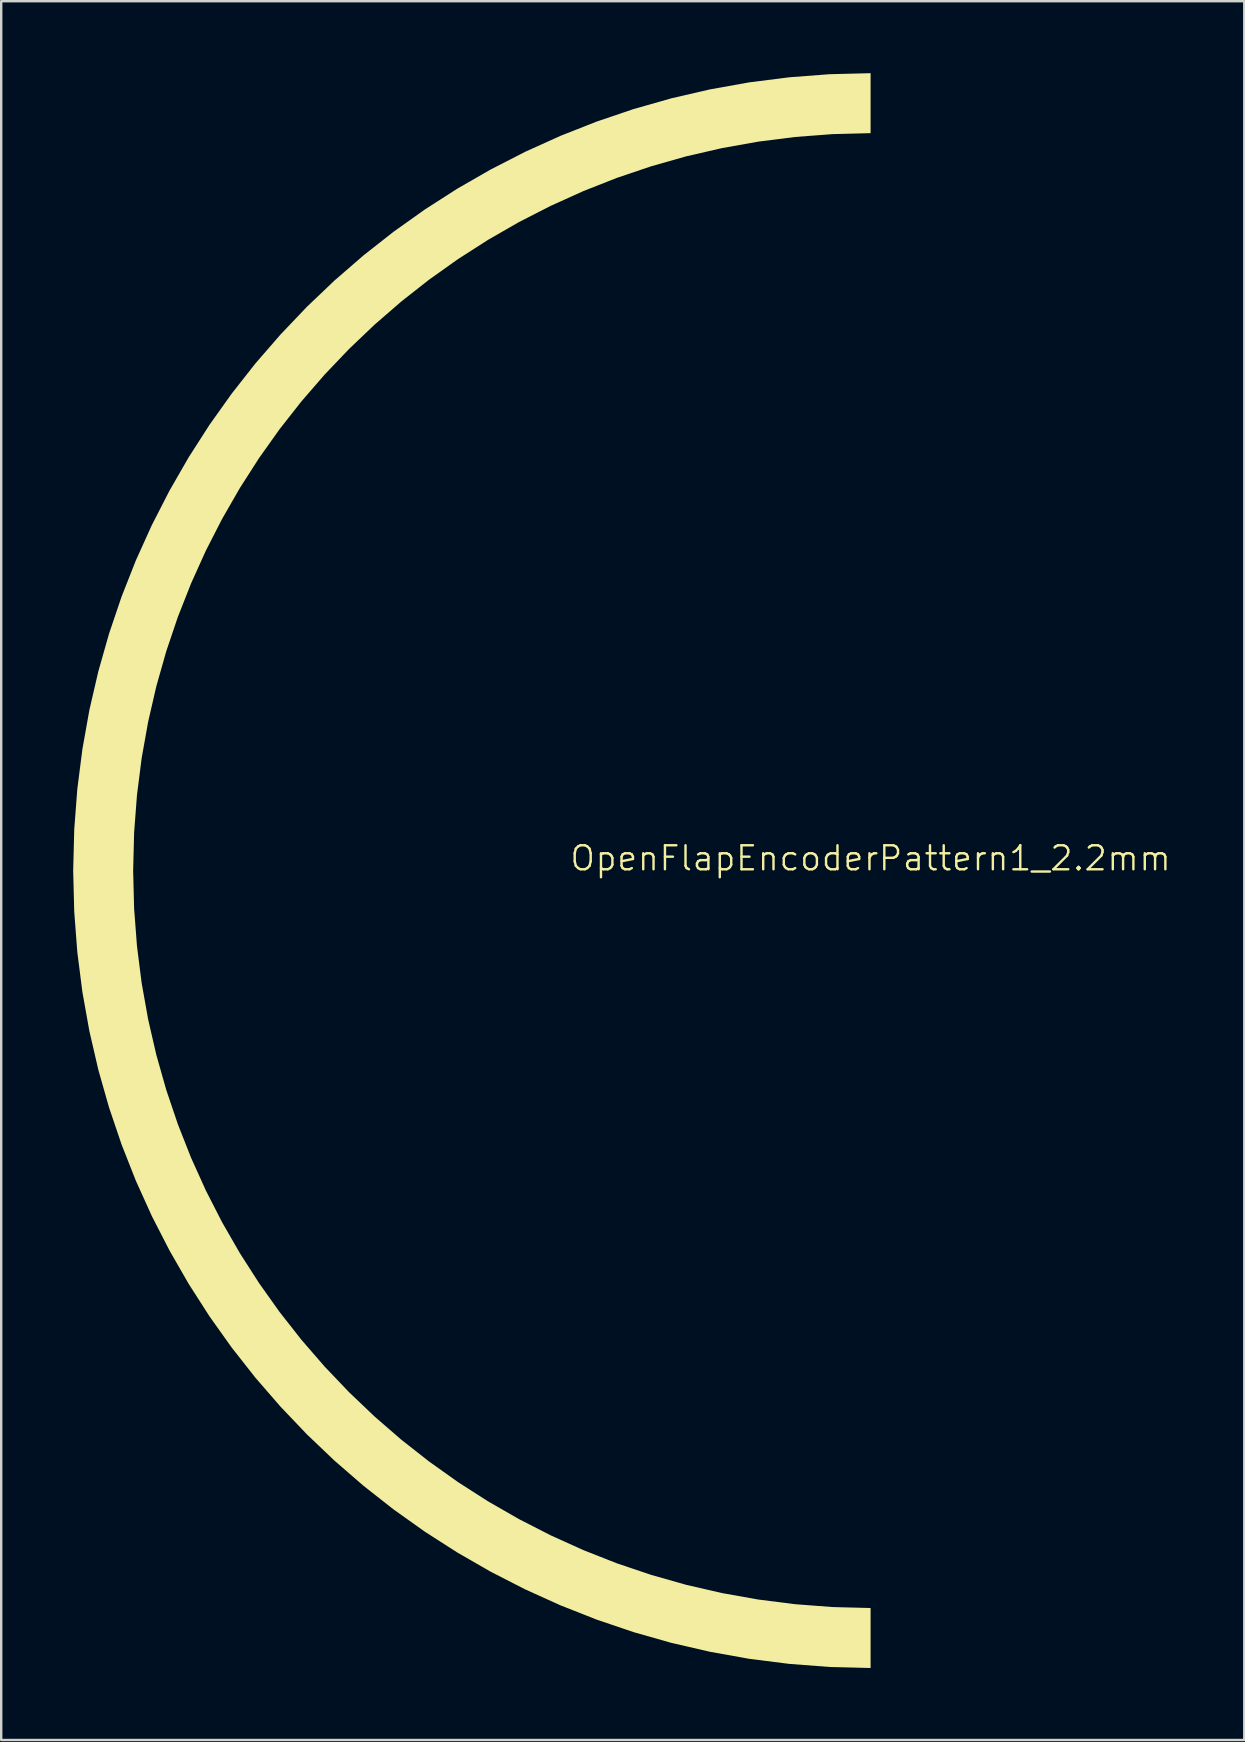
<source format=kicad_pcb>
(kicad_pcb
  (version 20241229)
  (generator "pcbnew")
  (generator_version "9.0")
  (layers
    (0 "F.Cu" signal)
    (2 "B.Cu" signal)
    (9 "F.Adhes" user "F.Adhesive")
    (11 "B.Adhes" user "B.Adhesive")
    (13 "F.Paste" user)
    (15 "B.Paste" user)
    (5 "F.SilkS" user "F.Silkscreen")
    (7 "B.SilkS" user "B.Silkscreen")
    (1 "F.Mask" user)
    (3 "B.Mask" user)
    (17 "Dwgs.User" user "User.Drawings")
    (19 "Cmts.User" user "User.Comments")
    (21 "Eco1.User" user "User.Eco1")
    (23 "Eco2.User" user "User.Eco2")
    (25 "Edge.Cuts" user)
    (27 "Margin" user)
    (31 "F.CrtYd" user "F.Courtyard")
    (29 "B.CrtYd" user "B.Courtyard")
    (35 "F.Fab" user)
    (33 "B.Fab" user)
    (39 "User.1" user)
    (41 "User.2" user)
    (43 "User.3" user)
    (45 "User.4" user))
  (footprint "OpenFlapEncoderPattern1_2.2mm"
    (layer "F.Cu")
    (at 33.237 33.223)
    (property "Reference" "OpenFlapEncoderPattern1_2.2mm" (at 0 -0.5 0) (unlocked yes) (layer "F.SilkS") (effects (font (size 1 1) (thickness 0.1))))
    (fp_poly (pts (xy 0 -30.723) (xy -0.001 -30.723) (xy -1.584 -30.683) (xy -3.146 -30.564) (xy -4.685 -30.369) (xy -6.199 -30.099) (xy -7.687 -29.756) (xy -9.146 -29.342) (xy -10.575 -28.859) (xy -11.971 -28.309) (xy -13.332 -27.694) (xy -14.658 -27.016) (xy -15.945 -26.276) (xy -17.192 -25.477) (xy -18.397 -24.621) (xy -19.558 -23.709) (xy -20.673 -22.743) (xy -21.74 -21.726) (xy -22.757 -20.659) (xy -23.723 -19.544) (xy -24.635 -18.383) (xy -25.491 -17.178) (xy -26.29 -15.931) (xy -27.03 -14.644) (xy -27.708 -13.319) (xy -28.323 -11.957) (xy -28.873 -10.561) (xy -29.356 -9.132) (xy -29.77 -7.673) (xy -30.113 -6.185) (xy -30.383 -4.671) (xy -30.578 -3.132) (xy -30.697 -1.57) (xy -30.737 0.013) (xy -30.697 1.596) (xy -30.578 3.158) (xy -30.383 4.698) (xy -30.113 6.212) (xy -29.77 7.7) (xy -29.356 9.159) (xy -28.873 10.588) (xy -28.323 11.984) (xy -27.708 13.345) (xy -27.03 14.671) (xy -26.29 15.958) (xy -25.491 17.205) (xy -24.635 18.41) (xy -23.723 19.571) (xy -22.757 20.686) (xy -21.74 21.753) (xy -20.673 22.77) (xy -19.558 23.736) (xy -18.397 24.648) (xy -17.192 25.505) (xy -15.945 26.304) (xy -14.658 27.043) (xy -13.332 27.722) (xy -11.971 28.337) (xy -10.575 28.887) (xy -9.146 29.369) (xy -7.687 29.783) (xy -6.199 30.126) (xy -4.685 30.396) (xy -3.146 30.591) (xy -1.584 30.71) (xy -0.001 30.75) (xy 0 30.75) (xy 0 33.25) (xy -0.001 33.25) (xy -1.71 33.207) (xy -3.396 33.078) (xy -5.059 32.867) (xy -6.695 32.574) (xy -8.302 32.203) (xy -9.879 31.755) (xy -11.422 31.232) (xy -12.931 30.636) (xy -14.403 29.97) (xy -15.836 29.236) (xy -17.228 28.435) (xy -18.577 27.57) (xy -19.88 26.643) (xy -21.136 25.656) (xy -22.342 24.611) (xy -23.497 23.51) (xy -24.597 22.355) (xy -25.643 21.149) (xy -26.63 19.893) (xy -27.557 18.59) (xy -28.422 17.241) (xy -29.222 15.849) (xy -29.957 14.416) (xy -30.623 12.944) (xy -31.218 11.435) (xy -31.741 9.891) (xy -32.189 8.315) (xy -32.561 6.707) (xy -32.853 5.072) (xy -33.065 3.409) (xy -33.193 1.722) (xy -33.237 0.013) (xy -33.193 -1.696) (xy -33.065 -3.382) (xy -32.853 -5.045) (xy -32.561 -6.681) (xy -32.189 -8.288) (xy -31.741 -9.865) (xy -31.218 -11.409) (xy -30.623 -12.918) (xy -29.957 -14.39) (xy -29.222 -15.823) (xy -28.422 -17.214) (xy -27.557 -18.563) (xy -26.63 -19.866) (xy -25.643 -21.122) (xy -24.597 -22.328) (xy -23.497 -23.483) (xy -22.342 -24.584) (xy -21.136 -25.629) (xy -19.88 -26.616) (xy -18.577 -27.543) (xy -17.228 -28.408) (xy -15.836 -29.208) (xy -14.403 -29.943) (xy -12.931 -30.609) (xy -11.422 -31.204) (xy -9.879 -31.727) (xy -8.302 -32.176) (xy -6.695 -32.547) (xy -5.059 -32.84) (xy -3.396 -33.051) (xy -1.71 -33.18) (xy -0.001 -33.223) (xy 0 -33.223)) (stroke (width -0.000001) (type solid)) (fill yes) (layer "F.SilkS")))
  (gr_rect
    (start -3 -3)
    (end 48.811 69.473)
    (stroke (width 0.1) (type default))
    (fill no)
    (layer "Edge.Cuts")))
</source>
